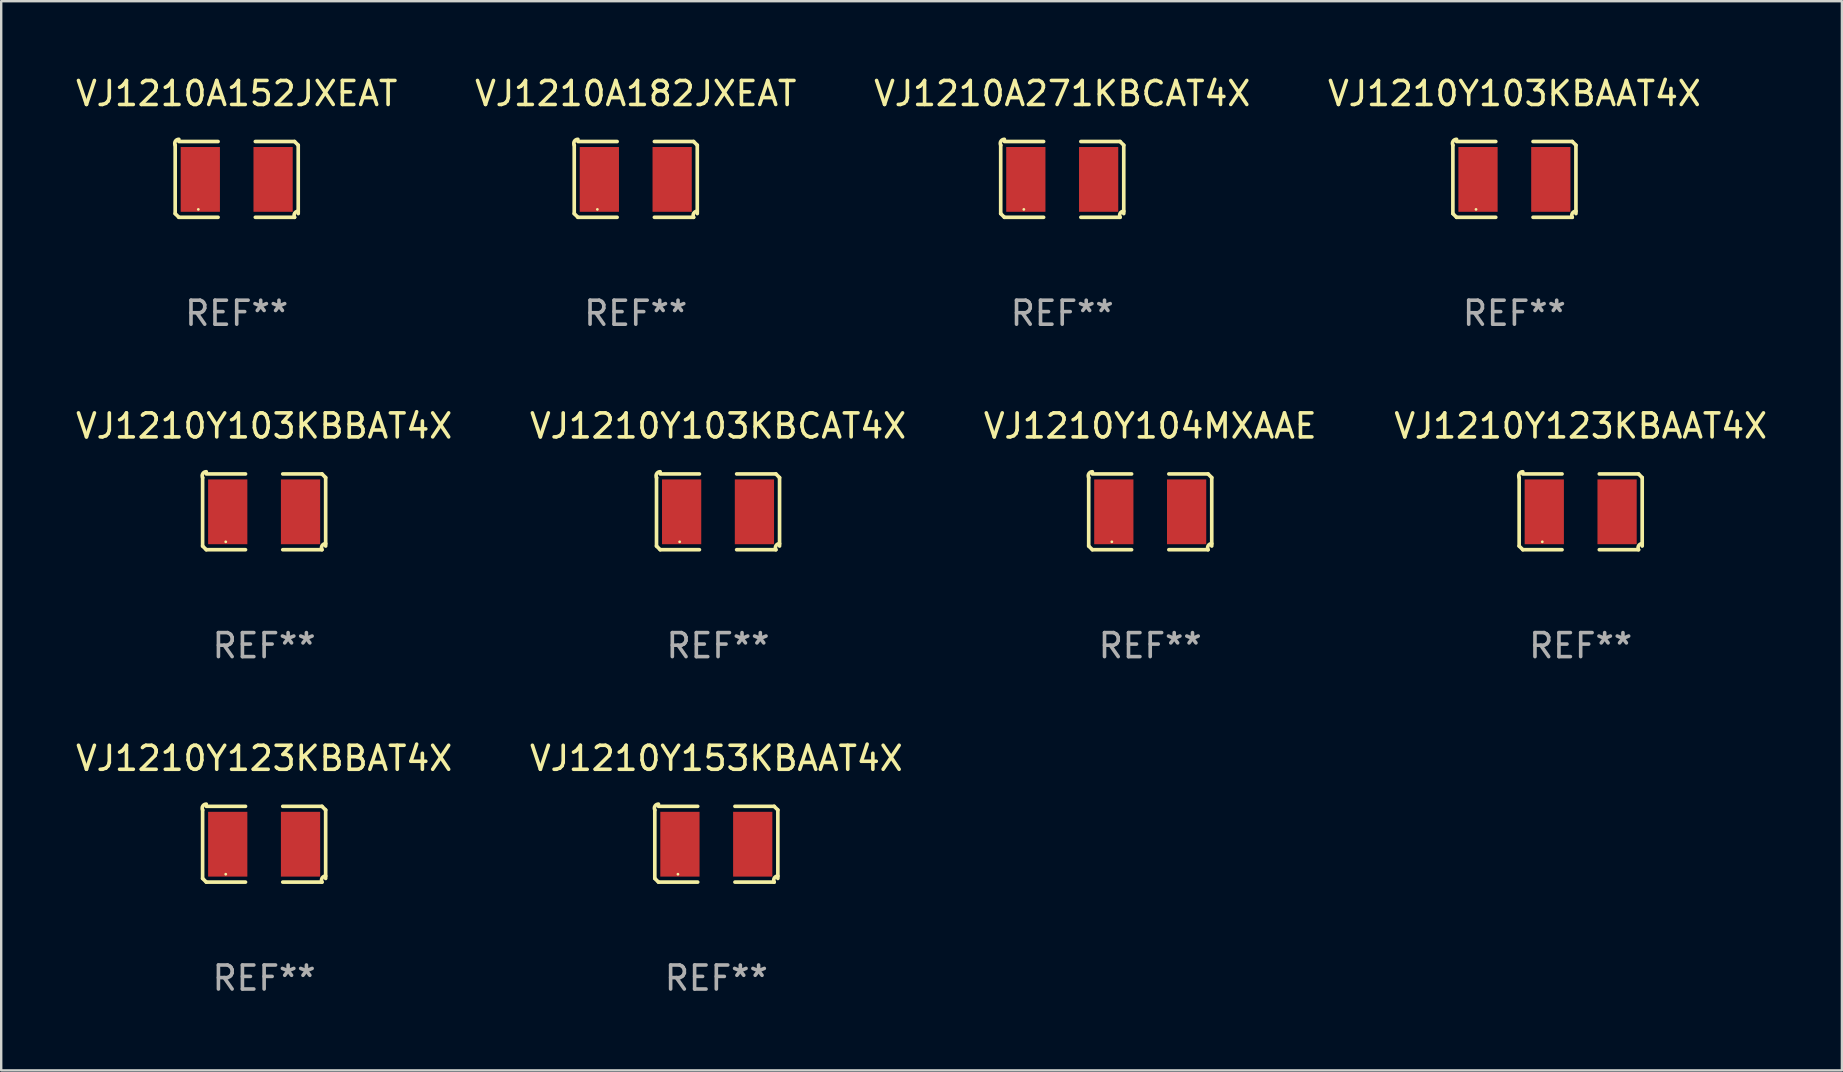
<source format=kicad_pcb>
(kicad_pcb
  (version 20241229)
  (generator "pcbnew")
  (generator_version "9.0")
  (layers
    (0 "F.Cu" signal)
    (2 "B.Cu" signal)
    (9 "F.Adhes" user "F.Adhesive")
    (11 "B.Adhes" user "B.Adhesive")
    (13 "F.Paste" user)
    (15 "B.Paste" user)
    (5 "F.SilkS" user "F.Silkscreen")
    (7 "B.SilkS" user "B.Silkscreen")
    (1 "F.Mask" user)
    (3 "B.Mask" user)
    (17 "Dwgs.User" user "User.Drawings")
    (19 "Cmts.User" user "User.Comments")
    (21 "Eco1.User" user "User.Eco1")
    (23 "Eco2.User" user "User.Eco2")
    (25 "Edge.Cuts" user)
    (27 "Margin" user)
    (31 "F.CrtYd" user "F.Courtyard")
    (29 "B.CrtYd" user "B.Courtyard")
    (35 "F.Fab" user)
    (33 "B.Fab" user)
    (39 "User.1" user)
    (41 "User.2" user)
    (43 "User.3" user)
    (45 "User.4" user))
  (footprint "VJ1210A152JXEAT"
    (layer "F.Cu")
    (at 6.815 4.427)
    (property "Reference" "VJ1210A152JXEAT" (at 0 -3.579 0) (layer "F.SilkS") (effects (font (size 1 1) (thickness 0.15))))
    (attr through_hole)
    (fp_line (start -2.564 1.426) (end -2.564 -1.426) (stroke (width 0.152) (type solid)) (layer "F.SilkS"))
    (fp_line (start -2.411 -1.579) (end -0.776 -1.579) (stroke (width 0.152) (type solid)) (layer "F.SilkS"))
    (fp_line (start -0.776 1.579) (end -2.411 1.579) (stroke (width 0.152) (type solid)) (layer "F.SilkS"))
    (fp_line (start 0.776 1.579) (end 2.411 1.579) (stroke (width 0.152) (type solid)) (layer "F.SilkS"))
    (fp_line (start 2.411 -1.579) (end 0.776 -1.579) (stroke (width 0.152) (type solid)) (layer "F.SilkS"))
    (fp_line (start 2.564 1.426) (end 2.564 -1.426) (stroke (width 0.152) (type solid)) (layer "F.SilkS"))
    (fp_arc (start -2.563602 -1.426213) (mid -2.555597 -1.591233) (end -2.411201 -1.671518) (stroke (width 0.1524) (type solid)) (layer "F.SilkS"))
    (fp_arc (start -2.5636 1.426214) (mid -2.487389 1.502402) (end -2.411201 1.578613) (stroke (width 0.1524) (type solid)) (layer "F.SilkS"))
    (fp_arc (start 2.411197 -1.578618) (mid 2.487403 -1.502419) (end 2.563602 -1.426213) (stroke (width 0.1524) (type solid)) (layer "F.SilkS"))
    (fp_arc (start 2.411201 1.578613) (mid 2.416214 1.409455) (end 2.563602 1.32629) (stroke (width 0.1524) (type solid)) (layer "F.SilkS"))
    (fp_circle (center -1.6 1.25) (end -1.57 1.25) (stroke (width 0.06) (type solid)) (fill no) (layer "F.SilkS"))
    (fp_text user "REF**" (at 0 5.579 0) (layer "F.Fab") (effects (font (size 1 1) (thickness 0.15))))
    (pad "1" smd rect (at -1.517 0) (size 1.635 2.7) (layers "F.Cu" "F.Mask" "F.Paste"))
    (pad "2" smd rect (at 1.517 0) (size 1.635 2.7) (layers "F.Cu" "F.Mask" "F.Paste")))
  (footprint "VJ1210Y103KBBAT4X"
    (layer "F.Cu")
    (at 7.958 18.281)
    (property "Reference" "VJ1210Y103KBBAT4X" (at 0 -3.579 0) (layer "F.SilkS") (effects (font (size 1 1) (thickness 0.15))))
    (attr through_hole)
    (fp_line (start -2.564 1.426) (end -2.564 -1.426) (stroke (width 0.152) (type solid)) (layer "F.SilkS"))
    (fp_line (start -2.411 -1.579) (end -0.776 -1.579) (stroke (width 0.152) (type solid)) (layer "F.SilkS"))
    (fp_line (start -0.776 1.579) (end -2.411 1.579) (stroke (width 0.152) (type solid)) (layer "F.SilkS"))
    (fp_line (start 0.776 1.579) (end 2.411 1.579) (stroke (width 0.152) (type solid)) (layer "F.SilkS"))
    (fp_line (start 2.411 -1.579) (end 0.776 -1.579) (stroke (width 0.152) (type solid)) (layer "F.SilkS"))
    (fp_line (start 2.564 1.426) (end 2.564 -1.426) (stroke (width 0.152) (type solid)) (layer "F.SilkS"))
    (fp_arc (start -2.563602 -1.426213) (mid -2.555597 -1.591233) (end -2.411201 -1.671518) (stroke (width 0.1524) (type solid)) (layer "F.SilkS"))
    (fp_arc (start -2.5636 1.426214) (mid -2.487389 1.502402) (end -2.411201 1.578613) (stroke (width 0.1524) (type solid)) (layer "F.SilkS"))
    (fp_arc (start 2.411197 -1.578618) (mid 2.487403 -1.502419) (end 2.563602 -1.426213) (stroke (width 0.1524) (type solid)) (layer "F.SilkS"))
    (fp_arc (start 2.411201 1.578613) (mid 2.416214 1.409455) (end 2.563602 1.32629) (stroke (width 0.1524) (type solid)) (layer "F.SilkS"))
    (fp_circle (center -1.6 1.25) (end -1.57 1.25) (stroke (width 0.06) (type solid)) (fill no) (layer "F.SilkS"))
    (fp_text user "REF**" (at 0 5.579 0) (layer "F.Fab") (effects (font (size 1 1) (thickness 0.15))))
    (pad "1" smd rect (at -1.517 0) (size 1.635 2.7) (layers "F.Cu" "F.Mask" "F.Paste"))
    (pad "2" smd rect (at 1.517 0) (size 1.635 2.7) (layers "F.Cu" "F.Mask" "F.Paste")))
  (footprint "VJ1210Y104MXAAE"
    (layer "F.Cu")
    (at 44.887 18.281)
    (property "Reference" "VJ1210Y104MXAAE" (at 0 -3.579 0) (layer "F.SilkS") (effects (font (size 1 1) (thickness 0.15))))
    (attr through_hole)
    (fp_line (start -2.564 1.426) (end -2.564 -1.426) (stroke (width 0.152) (type solid)) (layer "F.SilkS"))
    (fp_line (start -2.411 -1.579) (end -0.776 -1.579) (stroke (width 0.152) (type solid)) (layer "F.SilkS"))
    (fp_line (start -0.776 1.579) (end -2.411 1.579) (stroke (width 0.152) (type solid)) (layer "F.SilkS"))
    (fp_line (start 0.776 1.579) (end 2.411 1.579) (stroke (width 0.152) (type solid)) (layer "F.SilkS"))
    (fp_line (start 2.411 -1.579) (end 0.776 -1.579) (stroke (width 0.152) (type solid)) (layer "F.SilkS"))
    (fp_line (start 2.564 1.426) (end 2.564 -1.426) (stroke (width 0.152) (type solid)) (layer "F.SilkS"))
    (fp_arc (start -2.563602 -1.426213) (mid -2.555597 -1.591233) (end -2.411201 -1.671518) (stroke (width 0.1524) (type solid)) (layer "F.SilkS"))
    (fp_arc (start -2.5636 1.426214) (mid -2.487389 1.502402) (end -2.411201 1.578613) (stroke (width 0.1524) (type solid)) (layer "F.SilkS"))
    (fp_arc (start 2.411197 -1.578618) (mid 2.487403 -1.502419) (end 2.563602 -1.426213) (stroke (width 0.1524) (type solid)) (layer "F.SilkS"))
    (fp_arc (start 2.411201 1.578613) (mid 2.416214 1.409455) (end 2.563602 1.32629) (stroke (width 0.1524) (type solid)) (layer "F.SilkS"))
    (fp_circle (center -1.6 1.25) (end -1.57 1.25) (stroke (width 0.06) (type solid)) (fill no) (layer "F.SilkS"))
    (fp_text user "REF**" (at 0 5.579 0) (layer "F.Fab") (effects (font (size 1 1) (thickness 0.15))))
    (pad "1" smd rect (at -1.517 0) (size 1.635 2.7) (layers "F.Cu" "F.Mask" "F.Paste"))
    (pad "2" smd rect (at 1.517 0) (size 1.635 2.7) (layers "F.Cu" "F.Mask" "F.Paste")))
  (footprint "VJ1210Y123KBBAT4X"
    (layer "F.Cu")
    (at 7.958 32.134)
    (property "Reference" "VJ1210Y123KBBAT4X" (at 0 -3.579 0) (layer "F.SilkS") (effects (font (size 1 1) (thickness 0.15))))
    (attr through_hole)
    (fp_line (start -2.564 1.426) (end -2.564 -1.426) (stroke (width 0.152) (type solid)) (layer "F.SilkS"))
    (fp_line (start -2.411 -1.579) (end -0.776 -1.579) (stroke (width 0.152) (type solid)) (layer "F.SilkS"))
    (fp_line (start -0.776 1.579) (end -2.411 1.579) (stroke (width 0.152) (type solid)) (layer "F.SilkS"))
    (fp_line (start 0.776 1.579) (end 2.411 1.579) (stroke (width 0.152) (type solid)) (layer "F.SilkS"))
    (fp_line (start 2.411 -1.579) (end 0.776 -1.579) (stroke (width 0.152) (type solid)) (layer "F.SilkS"))
    (fp_line (start 2.564 1.426) (end 2.564 -1.426) (stroke (width 0.152) (type solid)) (layer "F.SilkS"))
    (fp_arc (start -2.563602 -1.426213) (mid -2.555597 -1.591233) (end -2.411201 -1.671518) (stroke (width 0.1524) (type solid)) (layer "F.SilkS"))
    (fp_arc (start -2.5636 1.426214) (mid -2.487389 1.502402) (end -2.411201 1.578613) (stroke (width 0.1524) (type solid)) (layer "F.SilkS"))
    (fp_arc (start 2.411197 -1.578618) (mid 2.487403 -1.502419) (end 2.563602 -1.426213) (stroke (width 0.1524) (type solid)) (layer "F.SilkS"))
    (fp_arc (start 2.411201 1.578613) (mid 2.416214 1.409455) (end 2.563602 1.32629) (stroke (width 0.1524) (type solid)) (layer "F.SilkS"))
    (fp_circle (center -1.6 1.25) (end -1.57 1.25) (stroke (width 0.06) (type solid)) (fill no) (layer "F.SilkS"))
    (fp_text user "REF**" (at 0 5.579 0) (layer "F.Fab") (effects (font (size 1 1) (thickness 0.15))))
    (pad "1" smd rect (at -1.517 0) (size 1.635 2.7) (layers "F.Cu" "F.Mask" "F.Paste"))
    (pad "2" smd rect (at 1.517 0) (size 1.635 2.7) (layers "F.Cu" "F.Mask" "F.Paste")))
  (footprint "VJ1210A182JXEAT"
    (layer "F.Cu")
    (at 23.446 4.427)
    (property "Reference" "VJ1210A182JXEAT" (at 0 -3.579 0) (layer "F.SilkS") (effects (font (size 1 1) (thickness 0.15))))
    (attr through_hole)
    (fp_line (start -2.564 1.426) (end -2.564 -1.426) (stroke (width 0.152) (type solid)) (layer "F.SilkS"))
    (fp_line (start -2.411 -1.579) (end -0.776 -1.579) (stroke (width 0.152) (type solid)) (layer "F.SilkS"))
    (fp_line (start -0.776 1.579) (end -2.411 1.579) (stroke (width 0.152) (type solid)) (layer "F.SilkS"))
    (fp_line (start 0.776 1.579) (end 2.411 1.579) (stroke (width 0.152) (type solid)) (layer "F.SilkS"))
    (fp_line (start 2.411 -1.579) (end 0.776 -1.579) (stroke (width 0.152) (type solid)) (layer "F.SilkS"))
    (fp_line (start 2.564 1.426) (end 2.564 -1.426) (stroke (width 0.152) (type solid)) (layer "F.SilkS"))
    (fp_arc (start -2.563602 -1.426213) (mid -2.555597 -1.591233) (end -2.411201 -1.671518) (stroke (width 0.1524) (type solid)) (layer "F.SilkS"))
    (fp_arc (start -2.5636 1.426214) (mid -2.487389 1.502402) (end -2.411201 1.578613) (stroke (width 0.1524) (type solid)) (layer "F.SilkS"))
    (fp_arc (start 2.411197 -1.578618) (mid 2.487403 -1.502419) (end 2.563602 -1.426213) (stroke (width 0.1524) (type solid)) (layer "F.SilkS"))
    (fp_arc (start 2.411201 1.578613) (mid 2.416214 1.409455) (end 2.563602 1.32629) (stroke (width 0.1524) (type solid)) (layer "F.SilkS"))
    (fp_circle (center -1.6 1.25) (end -1.57 1.25) (stroke (width 0.06) (type solid)) (fill no) (layer "F.SilkS"))
    (fp_text user "REF**" (at 0 5.579 0) (layer "F.Fab") (effects (font (size 1 1) (thickness 0.15))))
    (pad "1" smd rect (at -1.517 0) (size 1.635 2.7) (layers "F.Cu" "F.Mask" "F.Paste"))
    (pad "2" smd rect (at 1.517 0) (size 1.635 2.7) (layers "F.Cu" "F.Mask" "F.Paste")))
  (footprint "VJ1210Y153KBAAT4X"
    (layer "F.Cu")
    (at 26.804 32.134)
    (property "Reference" "VJ1210Y153KBAAT4X" (at 0 -3.579 0) (layer "F.SilkS") (effects (font (size 1 1) (thickness 0.15))))
    (attr through_hole)
    (fp_line (start -2.564 1.426) (end -2.564 -1.426) (stroke (width 0.152) (type solid)) (layer "F.SilkS"))
    (fp_line (start -2.411 -1.579) (end -0.776 -1.579) (stroke (width 0.152) (type solid)) (layer "F.SilkS"))
    (fp_line (start -0.776 1.579) (end -2.411 1.579) (stroke (width 0.152) (type solid)) (layer "F.SilkS"))
    (fp_line (start 0.776 1.579) (end 2.411 1.579) (stroke (width 0.152) (type solid)) (layer "F.SilkS"))
    (fp_line (start 2.411 -1.579) (end 0.776 -1.579) (stroke (width 0.152) (type solid)) (layer "F.SilkS"))
    (fp_line (start 2.564 1.426) (end 2.564 -1.426) (stroke (width 0.152) (type solid)) (layer "F.SilkS"))
    (fp_arc (start -2.563602 -1.426213) (mid -2.555597 -1.591233) (end -2.411201 -1.671518) (stroke (width 0.1524) (type solid)) (layer "F.SilkS"))
    (fp_arc (start -2.5636 1.426214) (mid -2.487389 1.502402) (end -2.411201 1.578613) (stroke (width 0.1524) (type solid)) (layer "F.SilkS"))
    (fp_arc (start 2.411197 -1.578618) (mid 2.487403 -1.502419) (end 2.563602 -1.426213) (stroke (width 0.1524) (type solid)) (layer "F.SilkS"))
    (fp_arc (start 2.411201 1.578613) (mid 2.416214 1.409455) (end 2.563602 1.32629) (stroke (width 0.1524) (type solid)) (layer "F.SilkS"))
    (fp_circle (center -1.6 1.25) (end -1.57 1.25) (stroke (width 0.06) (type solid)) (fill no) (layer "F.SilkS"))
    (fp_text user "REF**" (at 0 5.579 0) (layer "F.Fab") (effects (font (size 1 1) (thickness 0.15))))
    (pad "1" smd rect (at -1.517 0) (size 1.635 2.7) (layers "F.Cu" "F.Mask" "F.Paste"))
    (pad "2" smd rect (at 1.517 0) (size 1.635 2.7) (layers "F.Cu" "F.Mask" "F.Paste")))
  (footprint "VJ1210A271KBCAT4X"
    (layer "F.Cu")
    (at 41.22 4.427)
    (property "Reference" "VJ1210A271KBCAT4X" (at 0 -3.579 0) (layer "F.SilkS") (effects (font (size 1 1) (thickness 0.15))))
    (attr through_hole)
    (fp_line (start -2.564 1.426) (end -2.564 -1.426) (stroke (width 0.152) (type solid)) (layer "F.SilkS"))
    (fp_line (start -2.411 -1.579) (end -0.776 -1.579) (stroke (width 0.152) (type solid)) (layer "F.SilkS"))
    (fp_line (start -0.776 1.579) (end -2.411 1.579) (stroke (width 0.152) (type solid)) (layer "F.SilkS"))
    (fp_line (start 0.776 1.579) (end 2.411 1.579) (stroke (width 0.152) (type solid)) (layer "F.SilkS"))
    (fp_line (start 2.411 -1.579) (end 0.776 -1.579) (stroke (width 0.152) (type solid)) (layer "F.SilkS"))
    (fp_line (start 2.564 1.426) (end 2.564 -1.426) (stroke (width 0.152) (type solid)) (layer "F.SilkS"))
    (fp_arc (start -2.563602 -1.426213) (mid -2.555597 -1.591233) (end -2.411201 -1.671518) (stroke (width 0.1524) (type solid)) (layer "F.SilkS"))
    (fp_arc (start -2.5636 1.426214) (mid -2.487389 1.502402) (end -2.411201 1.578613) (stroke (width 0.1524) (type solid)) (layer "F.SilkS"))
    (fp_arc (start 2.411197 -1.578618) (mid 2.487403 -1.502419) (end 2.563602 -1.426213) (stroke (width 0.1524) (type solid)) (layer "F.SilkS"))
    (fp_arc (start 2.411201 1.578613) (mid 2.416214 1.409455) (end 2.563602 1.32629) (stroke (width 0.1524) (type solid)) (layer "F.SilkS"))
    (fp_circle (center -1.6 1.25) (end -1.57 1.25) (stroke (width 0.06) (type solid)) (fill no) (layer "F.SilkS"))
    (fp_text user "REF**" (at 0 5.579 0) (layer "F.Fab") (effects (font (size 1 1) (thickness 0.15))))
    (pad "1" smd rect (at -1.517 0) (size 1.635 2.7) (layers "F.Cu" "F.Mask" "F.Paste"))
    (pad "2" smd rect (at 1.517 0) (size 1.635 2.7) (layers "F.Cu" "F.Mask" "F.Paste")))
  (footprint "VJ1210Y103KBCAT4X"
    (layer "F.Cu")
    (at 26.875 18.281)
    (property "Reference" "VJ1210Y103KBCAT4X" (at 0 -3.579 0) (layer "F.SilkS") (effects (font (size 1 1) (thickness 0.15))))
    (attr through_hole)
    (fp_line (start -2.564 1.426) (end -2.564 -1.426) (stroke (width 0.152) (type solid)) (layer "F.SilkS"))
    (fp_line (start -2.411 -1.579) (end -0.776 -1.579) (stroke (width 0.152) (type solid)) (layer "F.SilkS"))
    (fp_line (start -0.776 1.579) (end -2.411 1.579) (stroke (width 0.152) (type solid)) (layer "F.SilkS"))
    (fp_line (start 0.776 1.579) (end 2.411 1.579) (stroke (width 0.152) (type solid)) (layer "F.SilkS"))
    (fp_line (start 2.411 -1.579) (end 0.776 -1.579) (stroke (width 0.152) (type solid)) (layer "F.SilkS"))
    (fp_line (start 2.564 1.426) (end 2.564 -1.426) (stroke (width 0.152) (type solid)) (layer "F.SilkS"))
    (fp_arc (start -2.563602 -1.426213) (mid -2.555597 -1.591233) (end -2.411201 -1.671518) (stroke (width 0.1524) (type solid)) (layer "F.SilkS"))
    (fp_arc (start -2.5636 1.426214) (mid -2.487389 1.502402) (end -2.411201 1.578613) (stroke (width 0.1524) (type solid)) (layer "F.SilkS"))
    (fp_arc (start 2.411197 -1.578618) (mid 2.487403 -1.502419) (end 2.563602 -1.426213) (stroke (width 0.1524) (type solid)) (layer "F.SilkS"))
    (fp_arc (start 2.411201 1.578613) (mid 2.416214 1.409455) (end 2.563602 1.32629) (stroke (width 0.1524) (type solid)) (layer "F.SilkS"))
    (fp_circle (center -1.6 1.25) (end -1.57 1.25) (stroke (width 0.06) (type solid)) (fill no) (layer "F.SilkS"))
    (fp_text user "REF**" (at 0 5.579 0) (layer "F.Fab") (effects (font (size 1 1) (thickness 0.15))))
    (pad "1" smd rect (at -1.517 0) (size 1.635 2.7) (layers "F.Cu" "F.Mask" "F.Paste"))
    (pad "2" smd rect (at 1.517 0) (size 1.635 2.7) (layers "F.Cu" "F.Mask" "F.Paste")))
  (footprint "VJ1210Y103KBAAT4X"
    (layer "F.Cu")
    (at 60.065 4.427)
    (property "Reference" "VJ1210Y103KBAAT4X" (at 0 -3.579 0) (layer "F.SilkS") (effects (font (size 1 1) (thickness 0.15))))
    (attr through_hole)
    (fp_line (start -2.564 1.426) (end -2.564 -1.426) (stroke (width 0.152) (type solid)) (layer "F.SilkS"))
    (fp_line (start -2.411 -1.579) (end -0.776 -1.579) (stroke (width 0.152) (type solid)) (layer "F.SilkS"))
    (fp_line (start -0.776 1.579) (end -2.411 1.579) (stroke (width 0.152) (type solid)) (layer "F.SilkS"))
    (fp_line (start 0.776 1.579) (end 2.411 1.579) (stroke (width 0.152) (type solid)) (layer "F.SilkS"))
    (fp_line (start 2.411 -1.579) (end 0.776 -1.579) (stroke (width 0.152) (type solid)) (layer "F.SilkS"))
    (fp_line (start 2.564 1.426) (end 2.564 -1.426) (stroke (width 0.152) (type solid)) (layer "F.SilkS"))
    (fp_arc (start -2.563602 -1.426213) (mid -2.555597 -1.591233) (end -2.411201 -1.671518) (stroke (width 0.1524) (type solid)) (layer "F.SilkS"))
    (fp_arc (start -2.5636 1.426214) (mid -2.487389 1.502402) (end -2.411201 1.578613) (stroke (width 0.1524) (type solid)) (layer "F.SilkS"))
    (fp_arc (start 2.411197 -1.578618) (mid 2.487403 -1.502419) (end 2.563602 -1.426213) (stroke (width 0.1524) (type solid)) (layer "F.SilkS"))
    (fp_arc (start 2.411201 1.578613) (mid 2.416214 1.409455) (end 2.563602 1.32629) (stroke (width 0.1524) (type solid)) (layer "F.SilkS"))
    (fp_circle (center -1.6 1.25) (end -1.57 1.25) (stroke (width 0.06) (type solid)) (fill no) (layer "F.SilkS"))
    (fp_text user "REF**" (at 0 5.579 0) (layer "F.Fab") (effects (font (size 1 1) (thickness 0.15))))
    (pad "1" smd rect (at -1.517 0) (size 1.635 2.7) (layers "F.Cu" "F.Mask" "F.Paste"))
    (pad "2" smd rect (at 1.517 0) (size 1.635 2.7) (layers "F.Cu" "F.Mask" "F.Paste")))
  (footprint "VJ1210Y123KBAAT4X"
    (layer "F.Cu")
    (at 62.827 18.281)
    (property "Reference" "VJ1210Y123KBAAT4X" (at 0 -3.579 0) (layer "F.SilkS") (effects (font (size 1 1) (thickness 0.15))))
    (attr through_hole)
    (fp_line (start -2.564 1.426) (end -2.564 -1.426) (stroke (width 0.152) (type solid)) (layer "F.SilkS"))
    (fp_line (start -2.411 -1.579) (end -0.776 -1.579) (stroke (width 0.152) (type solid)) (layer "F.SilkS"))
    (fp_line (start -0.776 1.579) (end -2.411 1.579) (stroke (width 0.152) (type solid)) (layer "F.SilkS"))
    (fp_line (start 0.776 1.579) (end 2.411 1.579) (stroke (width 0.152) (type solid)) (layer "F.SilkS"))
    (fp_line (start 2.411 -1.579) (end 0.776 -1.579) (stroke (width 0.152) (type solid)) (layer "F.SilkS"))
    (fp_line (start 2.564 1.426) (end 2.564 -1.426) (stroke (width 0.152) (type solid)) (layer "F.SilkS"))
    (fp_arc (start -2.563602 -1.426213) (mid -2.555597 -1.591233) (end -2.411201 -1.671518) (stroke (width 0.1524) (type solid)) (layer "F.SilkS"))
    (fp_arc (start -2.5636 1.426214) (mid -2.487389 1.502402) (end -2.411201 1.578613) (stroke (width 0.1524) (type solid)) (layer "F.SilkS"))
    (fp_arc (start 2.411197 -1.578618) (mid 2.487403 -1.502419) (end 2.563602 -1.426213) (stroke (width 0.1524) (type solid)) (layer "F.SilkS"))
    (fp_arc (start 2.411201 1.578613) (mid 2.416214 1.409455) (end 2.563602 1.32629) (stroke (width 0.1524) (type solid)) (layer "F.SilkS"))
    (fp_circle (center -1.6 1.25) (end -1.57 1.25) (stroke (width 0.06) (type solid)) (fill no) (layer "F.SilkS"))
    (fp_text user "REF**" (at 0 5.579 0) (layer "F.Fab") (effects (font (size 1 1) (thickness 0.15))))
    (pad "1" smd rect (at -1.517 0) (size 1.635 2.7) (layers "F.Cu" "F.Mask" "F.Paste"))
    (pad "2" smd rect (at 1.517 0) (size 1.635 2.7) (layers "F.Cu" "F.Mask" "F.Paste")))
  (gr_rect
    (start -3 -3)
    (end 73.714 41.561)
    (stroke (width 0.1) (type default))
    (fill no)
    (layer "Edge.Cuts")))
</source>
